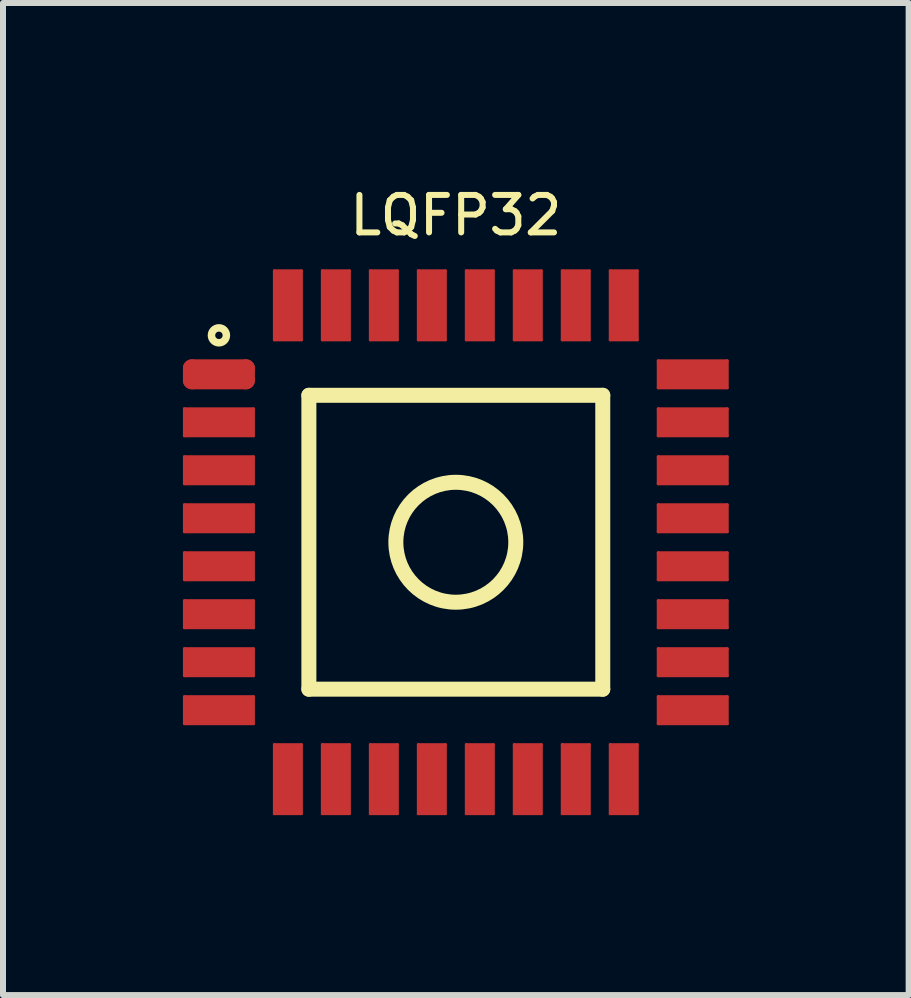
<source format=kicad_pcb>
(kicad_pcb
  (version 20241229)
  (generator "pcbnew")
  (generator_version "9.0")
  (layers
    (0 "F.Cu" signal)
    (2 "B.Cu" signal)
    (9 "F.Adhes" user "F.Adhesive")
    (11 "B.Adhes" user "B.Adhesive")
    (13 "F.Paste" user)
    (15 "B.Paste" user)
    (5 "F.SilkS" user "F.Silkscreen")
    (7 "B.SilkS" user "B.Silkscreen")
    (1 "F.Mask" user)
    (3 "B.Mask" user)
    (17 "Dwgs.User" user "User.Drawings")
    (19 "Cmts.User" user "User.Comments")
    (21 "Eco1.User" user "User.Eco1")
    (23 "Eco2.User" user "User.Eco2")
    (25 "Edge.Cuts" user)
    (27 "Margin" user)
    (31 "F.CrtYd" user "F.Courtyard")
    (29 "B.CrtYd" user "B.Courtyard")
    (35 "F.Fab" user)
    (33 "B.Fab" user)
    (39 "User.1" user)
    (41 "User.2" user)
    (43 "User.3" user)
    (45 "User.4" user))
  (footprint "LQFP32"
    (layer "F.Cu")
    (at 4.55 5.991)
    (property "Reference" "LQFP32" (at 0 -5.45 0) (layer "F.SilkS") (effects (font (size 0.625 0.625) (thickness 0.1))))
    (attr through_hole)
    (fp_line (start -4.525 -2.225) (end -3.375 -2.225) (stroke (width 0.05) (type solid)) (layer "F.Cu"))
    (fp_line (start -4.525 -1.775) (end -4.525 -2.225) (stroke (width 0.05) (type solid)) (layer "F.Cu"))
    (fp_line (start -4.525 -1.425) (end -3.375 -1.425) (stroke (width 0.05) (type solid)) (layer "F.Cu"))
    (fp_line (start -4.525 -0.975) (end -4.525 -1.425) (stroke (width 0.05) (type solid)) (layer "F.Cu"))
    (fp_line (start -4.525 -0.625) (end -3.375 -0.625) (stroke (width 0.05) (type solid)) (layer "F.Cu"))
    (fp_line (start -4.525 -0.175) (end -4.525 -0.625) (stroke (width 0.05) (type solid)) (layer "F.Cu"))
    (fp_line (start -4.525 0.175) (end -3.375 0.175) (stroke (width 0.05) (type solid)) (layer "F.Cu"))
    (fp_line (start -4.525 0.625) (end -4.525 0.175) (stroke (width 0.05) (type solid)) (layer "F.Cu"))
    (fp_line (start -4.525 0.975) (end -3.375 0.975) (stroke (width 0.05) (type solid)) (layer "F.Cu"))
    (fp_line (start -4.525 1.425) (end -4.525 0.975) (stroke (width 0.05) (type solid)) (layer "F.Cu"))
    (fp_line (start -4.525 1.775) (end -3.375 1.775) (stroke (width 0.05) (type solid)) (layer "F.Cu"))
    (fp_line (start -4.525 2.225) (end -4.525 1.775) (stroke (width 0.05) (type solid)) (layer "F.Cu"))
    (fp_line (start -4.525 2.575) (end -3.375 2.575) (stroke (width 0.05) (type solid)) (layer "F.Cu"))
    (fp_line (start -4.525 3.025) (end -4.525 2.575) (stroke (width 0.05) (type solid)) (layer "F.Cu"))
    (fp_line (start -4.4 -2.9) (end -3.5 -2.9) (stroke (width 0.3) (type solid)) (layer "F.Cu"))
    (fp_line (start -4.4 -2.7) (end -4.4 -2.9) (stroke (width 0.3) (type solid)) (layer "F.Cu"))
    (fp_line (start -3.5 -2.9) (end -3.5 -2.7) (stroke (width 0.3) (type solid)) (layer "F.Cu"))
    (fp_line (start -3.5 -2.7) (end -4.4 -2.7) (stroke (width 0.3) (type solid)) (layer "F.Cu"))
    (fp_line (start -3.375 -2.225) (end -3.375 -1.775) (stroke (width 0.05) (type solid)) (layer "F.Cu"))
    (fp_line (start -3.375 -1.775) (end -4.525 -1.775) (stroke (width 0.05) (type solid)) (layer "F.Cu"))
    (fp_line (start -3.375 -1.425) (end -3.375 -0.975) (stroke (width 0.05) (type solid)) (layer "F.Cu"))
    (fp_line (start -3.375 -0.975) (end -4.525 -0.975) (stroke (width 0.05) (type solid)) (layer "F.Cu"))
    (fp_line (start -3.375 -0.625) (end -3.375 -0.175) (stroke (width 0.05) (type solid)) (layer "F.Cu"))
    (fp_line (start -3.375 -0.175) (end -4.525 -0.175) (stroke (width 0.05) (type solid)) (layer "F.Cu"))
    (fp_line (start -3.375 0.175) (end -3.375 0.625) (stroke (width 0.05) (type solid)) (layer "F.Cu"))
    (fp_line (start -3.375 0.625) (end -4.525 0.625) (stroke (width 0.05) (type solid)) (layer "F.Cu"))
    (fp_line (start -3.375 0.975) (end -3.375 1.425) (stroke (width 0.05) (type solid)) (layer "F.Cu"))
    (fp_line (start -3.375 1.425) (end -4.525 1.425) (stroke (width 0.05) (type solid)) (layer "F.Cu"))
    (fp_line (start -3.375 1.775) (end -3.375 2.225) (stroke (width 0.05) (type solid)) (layer "F.Cu"))
    (fp_line (start -3.375 2.225) (end -4.525 2.225) (stroke (width 0.05) (type solid)) (layer "F.Cu"))
    (fp_line (start -3.375 2.575) (end -3.375 3.025) (stroke (width 0.05) (type solid)) (layer "F.Cu"))
    (fp_line (start -3.375 3.025) (end -4.525 3.025) (stroke (width 0.05) (type solid)) (layer "F.Cu"))
    (fp_line (start -3.025 -4.525) (end -3.025 -3.375) (stroke (width 0.05) (type solid)) (layer "F.Cu"))
    (fp_line (start -3.025 -3.375) (end -2.575 -3.375) (stroke (width 0.05) (type solid)) (layer "F.Cu"))
    (fp_line (start -3.025 3.375) (end -3.025 4.525) (stroke (width 0.05) (type solid)) (layer "F.Cu"))
    (fp_line (start -3.025 4.525) (end -2.575 4.525) (stroke (width 0.05) (type solid)) (layer "F.Cu"))
    (fp_line (start -2.575 -4.525) (end -3.025 -4.525) (stroke (width 0.05) (type solid)) (layer "F.Cu"))
    (fp_line (start -2.575 -3.375) (end -2.575 -4.525) (stroke (width 0.05) (type solid)) (layer "F.Cu"))
    (fp_line (start -2.575 3.375) (end -3.025 3.375) (stroke (width 0.05) (type solid)) (layer "F.Cu"))
    (fp_line (start -2.575 4.525) (end -2.575 3.375) (stroke (width 0.05) (type solid)) (layer "F.Cu"))
    (fp_line (start -2.225 -4.525) (end -2.225 -3.375) (stroke (width 0.05) (type solid)) (layer "F.Cu"))
    (fp_line (start -2.225 -3.375) (end -1.775 -3.375) (stroke (width 0.05) (type solid)) (layer "F.Cu"))
    (fp_line (start -2.225 3.375) (end -2.225 4.525) (stroke (width 0.05) (type solid)) (layer "F.Cu"))
    (fp_line (start -2.225 4.525) (end -1.775 4.525) (stroke (width 0.05) (type solid)) (layer "F.Cu"))
    (fp_line (start -1.775 -4.525) (end -2.225 -4.525) (stroke (width 0.05) (type solid)) (layer "F.Cu"))
    (fp_line (start -1.775 -3.375) (end -1.775 -4.525) (stroke (width 0.05) (type solid)) (layer "F.Cu"))
    (fp_line (start -1.775 3.375) (end -2.225 3.375) (stroke (width 0.05) (type solid)) (layer "F.Cu"))
    (fp_line (start -1.775 4.525) (end -1.775 3.375) (stroke (width 0.05) (type solid)) (layer "F.Cu"))
    (fp_line (start -1.425 -4.525) (end -1.425 -3.375) (stroke (width 0.05) (type solid)) (layer "F.Cu"))
    (fp_line (start -1.425 -3.375) (end -0.975 -3.375) (stroke (width 0.05) (type solid)) (layer "F.Cu"))
    (fp_line (start -1.425 3.375) (end -1.425 4.525) (stroke (width 0.05) (type solid)) (layer "F.Cu"))
    (fp_line (start -1.425 4.525) (end -0.975 4.525) (stroke (width 0.05) (type solid)) (layer "F.Cu"))
    (fp_line (start -0.975 -4.525) (end -1.425 -4.525) (stroke (width 0.05) (type solid)) (layer "F.Cu"))
    (fp_line (start -0.975 -3.375) (end -0.975 -4.525) (stroke (width 0.05) (type solid)) (layer "F.Cu"))
    (fp_line (start -0.975 3.375) (end -1.425 3.375) (stroke (width 0.05) (type solid)) (layer "F.Cu"))
    (fp_line (start -0.975 4.525) (end -0.975 3.375) (stroke (width 0.05) (type solid)) (layer "F.Cu"))
    (fp_line (start -0.625 -4.525) (end -0.625 -3.375) (stroke (width 0.05) (type solid)) (layer "F.Cu"))
    (fp_line (start -0.625 -3.375) (end -0.175 -3.375) (stroke (width 0.05) (type solid)) (layer "F.Cu"))
    (fp_line (start -0.625 3.375) (end -0.625 4.525) (stroke (width 0.05) (type solid)) (layer "F.Cu"))
    (fp_line (start -0.625 4.525) (end -0.175 4.525) (stroke (width 0.05) (type solid)) (layer "F.Cu"))
    (fp_line (start -0.175 -4.525) (end -0.625 -4.525) (stroke (width 0.05) (type solid)) (layer "F.Cu"))
    (fp_line (start -0.175 -3.375) (end -0.175 -4.525) (stroke (width 0.05) (type solid)) (layer "F.Cu"))
    (fp_line (start -0.175 3.375) (end -0.625 3.375) (stroke (width 0.05) (type solid)) (layer "F.Cu"))
    (fp_line (start -0.175 4.525) (end -0.175 3.375) (stroke (width 0.05) (type solid)) (layer "F.Cu"))
    (fp_line (start 0.175 -4.525) (end 0.175 -3.375) (stroke (width 0.05) (type solid)) (layer "F.Cu"))
    (fp_line (start 0.175 -3.375) (end 0.625 -3.375) (stroke (width 0.05) (type solid)) (layer "F.Cu"))
    (fp_line (start 0.175 3.375) (end 0.175 4.525) (stroke (width 0.05) (type solid)) (layer "F.Cu"))
    (fp_line (start 0.175 4.525) (end 0.625 4.525) (stroke (width 0.05) (type solid)) (layer "F.Cu"))
    (fp_line (start 0.625 -4.525) (end 0.175 -4.525) (stroke (width 0.05) (type solid)) (layer "F.Cu"))
    (fp_line (start 0.625 -3.375) (end 0.625 -4.525) (stroke (width 0.05) (type solid)) (layer "F.Cu"))
    (fp_line (start 0.625 3.375) (end 0.175 3.375) (stroke (width 0.05) (type solid)) (layer "F.Cu"))
    (fp_line (start 0.625 4.525) (end 0.625 3.375) (stroke (width 0.05) (type solid)) (layer "F.Cu"))
    (fp_line (start 0.975 -4.525) (end 0.975 -3.375) (stroke (width 0.05) (type solid)) (layer "F.Cu"))
    (fp_line (start 0.975 -3.375) (end 1.425 -3.375) (stroke (width 0.05) (type solid)) (layer "F.Cu"))
    (fp_line (start 0.975 3.375) (end 0.975 4.525) (stroke (width 0.05) (type solid)) (layer "F.Cu"))
    (fp_line (start 0.975 4.525) (end 1.425 4.525) (stroke (width 0.05) (type solid)) (layer "F.Cu"))
    (fp_line (start 1.425 -4.525) (end 0.975 -4.525) (stroke (width 0.05) (type solid)) (layer "F.Cu"))
    (fp_line (start 1.425 -3.375) (end 1.425 -4.525) (stroke (width 0.05) (type solid)) (layer "F.Cu"))
    (fp_line (start 1.425 3.375) (end 0.975 3.375) (stroke (width 0.05) (type solid)) (layer "F.Cu"))
    (fp_line (start 1.425 4.525) (end 1.425 3.375) (stroke (width 0.05) (type solid)) (layer "F.Cu"))
    (fp_line (start 1.775 -4.525) (end 1.775 -3.375) (stroke (width 0.05) (type solid)) (layer "F.Cu"))
    (fp_line (start 1.775 -3.375) (end 2.225 -3.375) (stroke (width 0.05) (type solid)) (layer "F.Cu"))
    (fp_line (start 1.775 3.375) (end 1.775 4.525) (stroke (width 0.05) (type solid)) (layer "F.Cu"))
    (fp_line (start 1.775 4.525) (end 2.225 4.525) (stroke (width 0.05) (type solid)) (layer "F.Cu"))
    (fp_line (start 2.225 -4.525) (end 1.775 -4.525) (stroke (width 0.05) (type solid)) (layer "F.Cu"))
    (fp_line (start 2.225 -3.375) (end 2.225 -4.525) (stroke (width 0.05) (type solid)) (layer "F.Cu"))
    (fp_line (start 2.225 3.375) (end 1.775 3.375) (stroke (width 0.05) (type solid)) (layer "F.Cu"))
    (fp_line (start 2.225 4.525) (end 2.225 3.375) (stroke (width 0.05) (type solid)) (layer "F.Cu"))
    (fp_line (start 2.575 -4.525) (end 2.575 -3.375) (stroke (width 0.05) (type solid)) (layer "F.Cu"))
    (fp_line (start 2.575 -3.375) (end 3.025 -3.375) (stroke (width 0.05) (type solid)) (layer "F.Cu"))
    (fp_line (start 2.575 3.375) (end 2.575 4.525) (stroke (width 0.05) (type solid)) (layer "F.Cu"))
    (fp_line (start 2.575 4.525) (end 3.025 4.525) (stroke (width 0.05) (type solid)) (layer "F.Cu"))
    (fp_line (start 3.025 -4.525) (end 2.575 -4.525) (stroke (width 0.05) (type solid)) (layer "F.Cu"))
    (fp_line (start 3.025 -3.375) (end 3.025 -4.525) (stroke (width 0.05) (type solid)) (layer "F.Cu"))
    (fp_line (start 3.025 3.375) (end 2.575 3.375) (stroke (width 0.05) (type solid)) (layer "F.Cu"))
    (fp_line (start 3.025 4.525) (end 3.025 3.375) (stroke (width 0.05) (type solid)) (layer "F.Cu"))
    (fp_line (start 3.375 -3.025) (end 4.525 -3.025) (stroke (width 0.05) (type solid)) (layer "F.Cu"))
    (fp_line (start 3.375 -2.575) (end 3.375 -3.025) (stroke (width 0.05) (type solid)) (layer "F.Cu"))
    (fp_line (start 3.375 -2.225) (end 4.525 -2.225) (stroke (width 0.05) (type solid)) (layer "F.Cu"))
    (fp_line (start 3.375 -1.775) (end 3.375 -2.225) (stroke (width 0.05) (type solid)) (layer "F.Cu"))
    (fp_line (start 3.375 -1.425) (end 4.525 -1.425) (stroke (width 0.05) (type solid)) (layer "F.Cu"))
    (fp_line (start 3.375 -0.975) (end 3.375 -1.425) (stroke (width 0.05) (type solid)) (layer "F.Cu"))
    (fp_line (start 3.375 -0.625) (end 4.525 -0.625) (stroke (width 0.05) (type solid)) (layer "F.Cu"))
    (fp_line (start 3.375 -0.175) (end 3.375 -0.625) (stroke (width 0.05) (type solid)) (layer "F.Cu"))
    (fp_line (start 3.375 0.175) (end 4.525 0.175) (stroke (width 0.05) (type solid)) (layer "F.Cu"))
    (fp_line (start 3.375 0.625) (end 3.375 0.175) (stroke (width 0.05) (type solid)) (layer "F.Cu"))
    (fp_line (start 3.375 0.975) (end 4.525 0.975) (stroke (width 0.05) (type solid)) (layer "F.Cu"))
    (fp_line (start 3.375 1.425) (end 3.375 0.975) (stroke (width 0.05) (type solid)) (layer "F.Cu"))
    (fp_line (start 3.375 1.775) (end 4.525 1.775) (stroke (width 0.05) (type solid)) (layer "F.Cu"))
    (fp_line (start 3.375 2.225) (end 3.375 1.775) (stroke (width 0.05) (type solid)) (layer "F.Cu"))
    (fp_line (start 3.375 2.575) (end 4.525 2.575) (stroke (width 0.05) (type solid)) (layer "F.Cu"))
    (fp_line (start 3.375 3.025) (end 3.375 2.575) (stroke (width 0.05) (type solid)) (layer "F.Cu"))
    (fp_line (start 4.525 -3.025) (end 4.525 -2.575) (stroke (width 0.05) (type solid)) (layer "F.Cu"))
    (fp_line (start 4.525 -2.575) (end 3.375 -2.575) (stroke (width 0.05) (type solid)) (layer "F.Cu"))
    (fp_line (start 4.525 -2.225) (end 4.525 -1.775) (stroke (width 0.05) (type solid)) (layer "F.Cu"))
    (fp_line (start 4.525 -1.775) (end 3.375 -1.775) (stroke (width 0.05) (type solid)) (layer "F.Cu"))
    (fp_line (start 4.525 -1.425) (end 4.525 -0.975) (stroke (width 0.05) (type solid)) (layer "F.Cu"))
    (fp_line (start 4.525 -0.975) (end 3.375 -0.975) (stroke (width 0.05) (type solid)) (layer "F.Cu"))
    (fp_line (start 4.525 -0.625) (end 4.525 -0.175) (stroke (width 0.05) (type solid)) (layer "F.Cu"))
    (fp_line (start 4.525 -0.175) (end 3.375 -0.175) (stroke (width 0.05) (type solid)) (layer "F.Cu"))
    (fp_line (start 4.525 0.175) (end 4.525 0.625) (stroke (width 0.05) (type solid)) (layer "F.Cu"))
    (fp_line (start 4.525 0.625) (end 3.375 0.625) (stroke (width 0.05) (type solid)) (layer "F.Cu"))
    (fp_line (start 4.525 0.975) (end 4.525 1.425) (stroke (width 0.05) (type solid)) (layer "F.Cu"))
    (fp_line (start 4.525 1.425) (end 3.375 1.425) (stroke (width 0.05) (type solid)) (layer "F.Cu"))
    (fp_line (start 4.525 1.775) (end 4.525 2.225) (stroke (width 0.05) (type solid)) (layer "F.Cu"))
    (fp_line (start 4.525 2.225) (end 3.375 2.225) (stroke (width 0.05) (type solid)) (layer "F.Cu"))
    (fp_line (start 4.525 2.575) (end 4.525 3.025) (stroke (width 0.05) (type solid)) (layer "F.Cu"))
    (fp_line (start 4.525 3.025) (end 3.375 3.025) (stroke (width 0.05) (type solid)) (layer "F.Cu"))
    (fp_line (start -4.525 -2.225) (end -3.375 -2.225) (stroke (width 0.05) (type solid)) (layer "F.Mask"))
    (fp_line (start -4.525 -1.775) (end -4.525 -2.225) (stroke (width 0.05) (type solid)) (layer "F.Mask"))
    (fp_line (start -4.525 -1.425) (end -3.375 -1.425) (stroke (width 0.05) (type solid)) (layer "F.Mask"))
    (fp_line (start -4.525 -0.975) (end -4.525 -1.425) (stroke (width 0.05) (type solid)) (layer "F.Mask"))
    (fp_line (start -4.525 -0.625) (end -3.375 -0.625) (stroke (width 0.05) (type solid)) (layer "F.Mask"))
    (fp_line (start -4.525 -0.175) (end -4.525 -0.625) (stroke (width 0.05) (type solid)) (layer "F.Mask"))
    (fp_line (start -4.525 0.175) (end -3.375 0.175) (stroke (width 0.05) (type solid)) (layer "F.Mask"))
    (fp_line (start -4.525 0.625) (end -4.525 0.175) (stroke (width 0.05) (type solid)) (layer "F.Mask"))
    (fp_line (start -4.525 0.975) (end -3.375 0.975) (stroke (width 0.05) (type solid)) (layer "F.Mask"))
    (fp_line (start -4.525 1.425) (end -4.525 0.975) (stroke (width 0.05) (type solid)) (layer "F.Mask"))
    (fp_line (start -4.525 1.775) (end -3.375 1.775) (stroke (width 0.05) (type solid)) (layer "F.Mask"))
    (fp_line (start -4.525 2.225) (end -4.525 1.775) (stroke (width 0.05) (type solid)) (layer "F.Mask"))
    (fp_line (start -4.525 2.575) (end -3.375 2.575) (stroke (width 0.05) (type solid)) (layer "F.Mask"))
    (fp_line (start -4.525 3.025) (end -4.525 2.575) (stroke (width 0.05) (type solid)) (layer "F.Mask"))
    (fp_line (start -4.4 -2.9) (end -3.5 -2.9) (stroke (width 0.3) (type solid)) (layer "F.Mask"))
    (fp_line (start -4.4 -2.7) (end -4.4 -2.9) (stroke (width 0.3) (type solid)) (layer "F.Mask"))
    (fp_line (start -3.5 -2.9) (end -3.5 -2.7) (stroke (width 0.3) (type solid)) (layer "F.Mask"))
    (fp_line (start -3.5 -2.7) (end -4.4 -2.7) (stroke (width 0.3) (type solid)) (layer "F.Mask"))
    (fp_line (start -3.375 -2.225) (end -3.375 -1.775) (stroke (width 0.05) (type solid)) (layer "F.Mask"))
    (fp_line (start -3.375 -1.775) (end -4.525 -1.775) (stroke (width 0.05) (type solid)) (layer "F.Mask"))
    (fp_line (start -3.375 -1.425) (end -3.375 -0.975) (stroke (width 0.05) (type solid)) (layer "F.Mask"))
    (fp_line (start -3.375 -0.975) (end -4.525 -0.975) (stroke (width 0.05) (type solid)) (layer "F.Mask"))
    (fp_line (start -3.375 -0.625) (end -3.375 -0.175) (stroke (width 0.05) (type solid)) (layer "F.Mask"))
    (fp_line (start -3.375 -0.175) (end -4.525 -0.175) (stroke (width 0.05) (type solid)) (layer "F.Mask"))
    (fp_line (start -3.375 0.175) (end -3.375 0.625) (stroke (width 0.05) (type solid)) (layer "F.Mask"))
    (fp_line (start -3.375 0.625) (end -4.525 0.625) (stroke (width 0.05) (type solid)) (layer "F.Mask"))
    (fp_line (start -3.375 0.975) (end -3.375 1.425) (stroke (width 0.05) (type solid)) (layer "F.Mask"))
    (fp_line (start -3.375 1.425) (end -4.525 1.425) (stroke (width 0.05) (type solid)) (layer "F.Mask"))
    (fp_line (start -3.375 1.775) (end -3.375 2.225) (stroke (width 0.05) (type solid)) (layer "F.Mask"))
    (fp_line (start -3.375 2.225) (end -4.525 2.225) (stroke (width 0.05) (type solid)) (layer "F.Mask"))
    (fp_line (start -3.375 2.575) (end -3.375 3.025) (stroke (width 0.05) (type solid)) (layer "F.Mask"))
    (fp_line (start -3.375 3.025) (end -4.525 3.025) (stroke (width 0.05) (type solid)) (layer "F.Mask"))
    (fp_line (start -3.025 -4.525) (end -3.025 -3.375) (stroke (width 0.05) (type solid)) (layer "F.Mask"))
    (fp_line (start -3.025 -3.375) (end -2.575 -3.375) (stroke (width 0.05) (type solid)) (layer "F.Mask"))
    (fp_line (start -3.025 3.375) (end -3.025 4.525) (stroke (width 0.05) (type solid)) (layer "F.Mask"))
    (fp_line (start -3.025 4.525) (end -2.575 4.525) (stroke (width 0.05) (type solid)) (layer "F.Mask"))
    (fp_line (start -2.575 -4.525) (end -3.025 -4.525) (stroke (width 0.05) (type solid)) (layer "F.Mask"))
    (fp_line (start -2.575 -3.375) (end -2.575 -4.525) (stroke (width 0.05) (type solid)) (layer "F.Mask"))
    (fp_line (start -2.575 3.375) (end -3.025 3.375) (stroke (width 0.05) (type solid)) (layer "F.Mask"))
    (fp_line (start -2.575 4.525) (end -2.575 3.375) (stroke (width 0.05) (type solid)) (layer "F.Mask"))
    (fp_line (start -2.225 -4.525) (end -2.225 -3.375) (stroke (width 0.05) (type solid)) (layer "F.Mask"))
    (fp_line (start -2.225 -3.375) (end -1.775 -3.375) (stroke (width 0.05) (type solid)) (layer "F.Mask"))
    (fp_line (start -2.225 3.375) (end -2.225 4.525) (stroke (width 0.05) (type solid)) (layer "F.Mask"))
    (fp_line (start -2.225 4.525) (end -1.775 4.525) (stroke (width 0.05) (type solid)) (layer "F.Mask"))
    (fp_line (start -1.775 -4.525) (end -2.225 -4.525) (stroke (width 0.05) (type solid)) (layer "F.Mask"))
    (fp_line (start -1.775 -3.375) (end -1.775 -4.525) (stroke (width 0.05) (type solid)) (layer "F.Mask"))
    (fp_line (start -1.775 3.375) (end -2.225 3.375) (stroke (width 0.05) (type solid)) (layer "F.Mask"))
    (fp_line (start -1.775 4.525) (end -1.775 3.375) (stroke (width 0.05) (type solid)) (layer "F.Mask"))
    (fp_line (start -1.425 -4.525) (end -1.425 -3.375) (stroke (width 0.05) (type solid)) (layer "F.Mask"))
    (fp_line (start -1.425 -3.375) (end -0.975 -3.375) (stroke (width 0.05) (type solid)) (layer "F.Mask"))
    (fp_line (start -1.425 3.375) (end -1.425 4.525) (stroke (width 0.05) (type solid)) (layer "F.Mask"))
    (fp_line (start -1.425 4.525) (end -0.975 4.525) (stroke (width 0.05) (type solid)) (layer "F.Mask"))
    (fp_line (start -0.975 -4.525) (end -1.425 -4.525) (stroke (width 0.05) (type solid)) (layer "F.Mask"))
    (fp_line (start -0.975 -3.375) (end -0.975 -4.525) (stroke (width 0.05) (type solid)) (layer "F.Mask"))
    (fp_line (start -0.975 3.375) (end -1.425 3.375) (stroke (width 0.05) (type solid)) (layer "F.Mask"))
    (fp_line (start -0.975 4.525) (end -0.975 3.375) (stroke (width 0.05) (type solid)) (layer "F.Mask"))
    (fp_line (start -0.625 -4.525) (end -0.625 -3.375) (stroke (width 0.05) (type solid)) (layer "F.Mask"))
    (fp_line (start -0.625 -3.375) (end -0.175 -3.375) (stroke (width 0.05) (type solid)) (layer "F.Mask"))
    (fp_line (start -0.625 3.375) (end -0.625 4.525) (stroke (width 0.05) (type solid)) (layer "F.Mask"))
    (fp_line (start -0.625 4.525) (end -0.175 4.525) (stroke (width 0.05) (type solid)) (layer "F.Mask"))
    (fp_line (start -0.175 -4.525) (end -0.625 -4.525) (stroke (width 0.05) (type solid)) (layer "F.Mask"))
    (fp_line (start -0.175 -3.375) (end -0.175 -4.525) (stroke (width 0.05) (type solid)) (layer "F.Mask"))
    (fp_line (start -0.175 3.375) (end -0.625 3.375) (stroke (width 0.05) (type solid)) (layer "F.Mask"))
    (fp_line (start -0.175 4.525) (end -0.175 3.375) (stroke (width 0.05) (type solid)) (layer "F.Mask"))
    (fp_line (start 0.175 -4.525) (end 0.175 -3.375) (stroke (width 0.05) (type solid)) (layer "F.Mask"))
    (fp_line (start 0.175 -3.375) (end 0.625 -3.375) (stroke (width 0.05) (type solid)) (layer "F.Mask"))
    (fp_line (start 0.175 3.375) (end 0.175 4.525) (stroke (width 0.05) (type solid)) (layer "F.Mask"))
    (fp_line (start 0.175 4.525) (end 0.625 4.525) (stroke (width 0.05) (type solid)) (layer "F.Mask"))
    (fp_line (start 0.625 -4.525) (end 0.175 -4.525) (stroke (width 0.05) (type solid)) (layer "F.Mask"))
    (fp_line (start 0.625 -3.375) (end 0.625 -4.525) (stroke (width 0.05) (type solid)) (layer "F.Mask"))
    (fp_line (start 0.625 3.375) (end 0.175 3.375) (stroke (width 0.05) (type solid)) (layer "F.Mask"))
    (fp_line (start 0.625 4.525) (end 0.625 3.375) (stroke (width 0.05) (type solid)) (layer "F.Mask"))
    (fp_line (start 0.975 -4.525) (end 0.975 -3.375) (stroke (width 0.05) (type solid)) (layer "F.Mask"))
    (fp_line (start 0.975 -3.375) (end 1.425 -3.375) (stroke (width 0.05) (type solid)) (layer "F.Mask"))
    (fp_line (start 0.975 3.375) (end 0.975 4.525) (stroke (width 0.05) (type solid)) (layer "F.Mask"))
    (fp_line (start 0.975 4.525) (end 1.425 4.525) (stroke (width 0.05) (type solid)) (layer "F.Mask"))
    (fp_line (start 1.425 -4.525) (end 0.975 -4.525) (stroke (width 0.05) (type solid)) (layer "F.Mask"))
    (fp_line (start 1.425 -3.375) (end 1.425 -4.525) (stroke (width 0.05) (type solid)) (layer "F.Mask"))
    (fp_line (start 1.425 3.375) (end 0.975 3.375) (stroke (width 0.05) (type solid)) (layer "F.Mask"))
    (fp_line (start 1.425 4.525) (end 1.425 3.375) (stroke (width 0.05) (type solid)) (layer "F.Mask"))
    (fp_line (start 1.775 -4.525) (end 1.775 -3.375) (stroke (width 0.05) (type solid)) (layer "F.Mask"))
    (fp_line (start 1.775 -3.375) (end 2.225 -3.375) (stroke (width 0.05) (type solid)) (layer "F.Mask"))
    (fp_line (start 1.775 3.375) (end 1.775 4.525) (stroke (width 0.05) (type solid)) (layer "F.Mask"))
    (fp_line (start 1.775 4.525) (end 2.225 4.525) (stroke (width 0.05) (type solid)) (layer "F.Mask"))
    (fp_line (start 2.225 -4.525) (end 1.775 -4.525) (stroke (width 0.05) (type solid)) (layer "F.Mask"))
    (fp_line (start 2.225 -3.375) (end 2.225 -4.525) (stroke (width 0.05) (type solid)) (layer "F.Mask"))
    (fp_line (start 2.225 3.375) (end 1.775 3.375) (stroke (width 0.05) (type solid)) (layer "F.Mask"))
    (fp_line (start 2.225 4.525) (end 2.225 3.375) (stroke (width 0.05) (type solid)) (layer "F.Mask"))
    (fp_line (start 2.575 -4.525) (end 2.575 -3.375) (stroke (width 0.05) (type solid)) (layer "F.Mask"))
    (fp_line (start 2.575 -3.375) (end 3.025 -3.375) (stroke (width 0.05) (type solid)) (layer "F.Mask"))
    (fp_line (start 2.575 3.375) (end 2.575 4.525) (stroke (width 0.05) (type solid)) (layer "F.Mask"))
    (fp_line (start 2.575 4.525) (end 3.025 4.525) (stroke (width 0.05) (type solid)) (layer "F.Mask"))
    (fp_line (start 3.025 -4.525) (end 2.575 -4.525) (stroke (width 0.05) (type solid)) (layer "F.Mask"))
    (fp_line (start 3.025 -3.375) (end 3.025 -4.525) (stroke (width 0.05) (type solid)) (layer "F.Mask"))
    (fp_line (start 3.025 3.375) (end 2.575 3.375) (stroke (width 0.05) (type solid)) (layer "F.Mask"))
    (fp_line (start 3.025 4.525) (end 3.025 3.375) (stroke (width 0.05) (type solid)) (layer "F.Mask"))
    (fp_line (start 3.375 -3.025) (end 4.525 -3.025) (stroke (width 0.05) (type solid)) (layer "F.Mask"))
    (fp_line (start 3.375 -2.575) (end 3.375 -3.025) (stroke (width 0.05) (type solid)) (layer "F.Mask"))
    (fp_line (start 3.375 -2.225) (end 4.525 -2.225) (stroke (width 0.05) (type solid)) (layer "F.Mask"))
    (fp_line (start 3.375 -1.775) (end 3.375 -2.225) (stroke (width 0.05) (type solid)) (layer "F.Mask"))
    (fp_line (start 3.375 -1.425) (end 4.525 -1.425) (stroke (width 0.05) (type solid)) (layer "F.Mask"))
    (fp_line (start 3.375 -0.975) (end 3.375 -1.425) (stroke (width 0.05) (type solid)) (layer "F.Mask"))
    (fp_line (start 3.375 -0.625) (end 4.525 -0.625) (stroke (width 0.05) (type solid)) (layer "F.Mask"))
    (fp_line (start 3.375 -0.175) (end 3.375 -0.625) (stroke (width 0.05) (type solid)) (layer "F.Mask"))
    (fp_line (start 3.375 0.175) (end 4.525 0.175) (stroke (width 0.05) (type solid)) (layer "F.Mask"))
    (fp_line (start 3.375 0.625) (end 3.375 0.175) (stroke (width 0.05) (type solid)) (layer "F.Mask"))
    (fp_line (start 3.375 0.975) (end 4.525 0.975) (stroke (width 0.05) (type solid)) (layer "F.Mask"))
    (fp_line (start 3.375 1.425) (end 3.375 0.975) (stroke (width 0.05) (type solid)) (layer "F.Mask"))
    (fp_line (start 3.375 1.775) (end 4.525 1.775) (stroke (width 0.05) (type solid)) (layer "F.Mask"))
    (fp_line (start 3.375 2.225) (end 3.375 1.775) (stroke (width 0.05) (type solid)) (layer "F.Mask"))
    (fp_line (start 3.375 2.575) (end 4.525 2.575) (stroke (width 0.05) (type solid)) (layer "F.Mask"))
    (fp_line (start 3.375 3.025) (end 3.375 2.575) (stroke (width 0.05) (type solid)) (layer "F.Mask"))
    (fp_line (start 4.525 -3.025) (end 4.525 -2.575) (stroke (width 0.05) (type solid)) (layer "F.Mask"))
    (fp_line (start 4.525 -2.575) (end 3.375 -2.575) (stroke (width 0.05) (type solid)) (layer "F.Mask"))
    (fp_line (start 4.525 -2.225) (end 4.525 -1.775) (stroke (width 0.05) (type solid)) (layer "F.Mask"))
    (fp_line (start 4.525 -1.775) (end 3.375 -1.775) (stroke (width 0.05) (type solid)) (layer "F.Mask"))
    (fp_line (start 4.525 -1.425) (end 4.525 -0.975) (stroke (width 0.05) (type solid)) (layer "F.Mask"))
    (fp_line (start 4.525 -0.975) (end 3.375 -0.975) (stroke (width 0.05) (type solid)) (layer "F.Mask"))
    (fp_line (start 4.525 -0.625) (end 4.525 -0.175) (stroke (width 0.05) (type solid)) (layer "F.Mask"))
    (fp_line (start 4.525 -0.175) (end 3.375 -0.175) (stroke (width 0.05) (type solid)) (layer "F.Mask"))
    (fp_line (start 4.525 0.175) (end 4.525 0.625) (stroke (width 0.05) (type solid)) (layer "F.Mask"))
    (fp_line (start 4.525 0.625) (end 3.375 0.625) (stroke (width 0.05) (type solid)) (layer "F.Mask"))
    (fp_line (start 4.525 0.975) (end 4.525 1.425) (stroke (width 0.05) (type solid)) (layer "F.Mask"))
    (fp_line (start 4.525 1.425) (end 3.375 1.425) (stroke (width 0.05) (type solid)) (layer "F.Mask"))
    (fp_line (start 4.525 1.775) (end 4.525 2.225) (stroke (width 0.05) (type solid)) (layer "F.Mask"))
    (fp_line (start 4.525 2.225) (end 3.375 2.225) (stroke (width 0.05) (type solid)) (layer "F.Mask"))
    (fp_line (start 4.525 2.575) (end 4.525 3.025) (stroke (width 0.05) (type solid)) (layer "F.Mask"))
    (fp_line (start 4.525 3.025) (end 3.375 3.025) (stroke (width 0.05) (type solid)) (layer "F.Mask"))
    (fp_line (start -2.45 -2.45) (end 2.45 -2.45) (stroke (width 0.25) (type solid)) (layer "F.SilkS"))
    (fp_line (start -2.45 2.45) (end -2.45 -2.45) (stroke (width 0.25) (type solid)) (layer "F.SilkS"))
    (fp_line (start 2.45 -2.45) (end 2.45 2.45) (stroke (width 0.25) (type solid)) (layer "F.SilkS"))
    (fp_line (start 2.45 2.45) (end -2.45 2.45) (stroke (width 0.25) (type solid)) (layer "F.SilkS"))
    (fp_circle (center -3.95 -3.45) (end -3.862 -3.362) (stroke (width 0.125) (type solid)) (fill no) (layer "F.SilkS"))
    (fp_circle (center 0 0) (end 0.707 0.707) (stroke (width 0.25) (type solid)) (fill no) (layer "F.SilkS"))
    (fp_line (start -4.525 -2.225) (end -3.375 -2.225) (stroke (width 0.05) (type solid)) (layer "F.Paste"))
    (fp_line (start -4.525 -1.775) (end -4.525 -2.225) (stroke (width 0.05) (type solid)) (layer "F.Paste"))
    (fp_line (start -4.525 -1.425) (end -3.375 -1.425) (stroke (width 0.05) (type solid)) (layer "F.Paste"))
    (fp_line (start -4.525 -0.975) (end -4.525 -1.425) (stroke (width 0.05) (type solid)) (layer "F.Paste"))
    (fp_line (start -4.525 -0.625) (end -3.375 -0.625) (stroke (width 0.05) (type solid)) (layer "F.Paste"))
    (fp_line (start -4.525 -0.175) (end -4.525 -0.625) (stroke (width 0.05) (type solid)) (layer "F.Paste"))
    (fp_line (start -4.525 0.175) (end -3.375 0.175) (stroke (width 0.05) (type solid)) (layer "F.Paste"))
    (fp_line (start -4.525 0.625) (end -4.525 0.175) (stroke (width 0.05) (type solid)) (layer "F.Paste"))
    (fp_line (start -4.525 0.975) (end -3.375 0.975) (stroke (width 0.05) (type solid)) (layer "F.Paste"))
    (fp_line (start -4.525 1.425) (end -4.525 0.975) (stroke (width 0.05) (type solid)) (layer "F.Paste"))
    (fp_line (start -4.525 1.775) (end -3.375 1.775) (stroke (width 0.05) (type solid)) (layer "F.Paste"))
    (fp_line (start -4.525 2.225) (end -4.525 1.775) (stroke (width 0.05) (type solid)) (layer "F.Paste"))
    (fp_line (start -4.525 2.575) (end -3.375 2.575) (stroke (width 0.05) (type solid)) (layer "F.Paste"))
    (fp_line (start -4.525 3.025) (end -4.525 2.575) (stroke (width 0.05) (type solid)) (layer "F.Paste"))
    (fp_line (start -4.4 -2.9) (end -3.5 -2.9) (stroke (width 0.3) (type solid)) (layer "F.Paste"))
    (fp_line (start -4.4 -2.7) (end -4.4 -2.9) (stroke (width 0.3) (type solid)) (layer "F.Paste"))
    (fp_line (start -3.5 -2.9) (end -3.5 -2.7) (stroke (width 0.3) (type solid)) (layer "F.Paste"))
    (fp_line (start -3.5 -2.7) (end -4.4 -2.7) (stroke (width 0.3) (type solid)) (layer "F.Paste"))
    (fp_line (start -3.375 -2.225) (end -3.375 -1.775) (stroke (width 0.05) (type solid)) (layer "F.Paste"))
    (fp_line (start -3.375 -1.775) (end -4.525 -1.775) (stroke (width 0.05) (type solid)) (layer "F.Paste"))
    (fp_line (start -3.375 -1.425) (end -3.375 -0.975) (stroke (width 0.05) (type solid)) (layer "F.Paste"))
    (fp_line (start -3.375 -0.975) (end -4.525 -0.975) (stroke (width 0.05) (type solid)) (layer "F.Paste"))
    (fp_line (start -3.375 -0.625) (end -3.375 -0.175) (stroke (width 0.05) (type solid)) (layer "F.Paste"))
    (fp_line (start -3.375 -0.175) (end -4.525 -0.175) (stroke (width 0.05) (type solid)) (layer "F.Paste"))
    (fp_line (start -3.375 0.175) (end -3.375 0.625) (stroke (width 0.05) (type solid)) (layer "F.Paste"))
    (fp_line (start -3.375 0.625) (end -4.525 0.625) (stroke (width 0.05) (type solid)) (layer "F.Paste"))
    (fp_line (start -3.375 0.975) (end -3.375 1.425) (stroke (width 0.05) (type solid)) (layer "F.Paste"))
    (fp_line (start -3.375 1.425) (end -4.525 1.425) (stroke (width 0.05) (type solid)) (layer "F.Paste"))
    (fp_line (start -3.375 1.775) (end -3.375 2.225) (stroke (width 0.05) (type solid)) (layer "F.Paste"))
    (fp_line (start -3.375 2.225) (end -4.525 2.225) (stroke (width 0.05) (type solid)) (layer "F.Paste"))
    (fp_line (start -3.375 2.575) (end -3.375 3.025) (stroke (width 0.05) (type solid)) (layer "F.Paste"))
    (fp_line (start -3.375 3.025) (end -4.525 3.025) (stroke (width 0.05) (type solid)) (layer "F.Paste"))
    (fp_line (start -3.025 -4.525) (end -3.025 -3.375) (stroke (width 0.05) (type solid)) (layer "F.Paste"))
    (fp_line (start -3.025 -3.375) (end -2.575 -3.375) (stroke (width 0.05) (type solid)) (layer "F.Paste"))
    (fp_line (start -3.025 3.375) (end -3.025 4.525) (stroke (width 0.05) (type solid)) (layer "F.Paste"))
    (fp_line (start -3.025 4.525) (end -2.575 4.525) (stroke (width 0.05) (type solid)) (layer "F.Paste"))
    (fp_line (start -2.575 -4.525) (end -3.025 -4.525) (stroke (width 0.05) (type solid)) (layer "F.Paste"))
    (fp_line (start -2.575 -3.375) (end -2.575 -4.525) (stroke (width 0.05) (type solid)) (layer "F.Paste"))
    (fp_line (start -2.575 3.375) (end -3.025 3.375) (stroke (width 0.05) (type solid)) (layer "F.Paste"))
    (fp_line (start -2.575 4.525) (end -2.575 3.375) (stroke (width 0.05) (type solid)) (layer "F.Paste"))
    (fp_line (start -2.225 -4.525) (end -2.225 -3.375) (stroke (width 0.05) (type solid)) (layer "F.Paste"))
    (fp_line (start -2.225 -3.375) (end -1.775 -3.375) (stroke (width 0.05) (type solid)) (layer "F.Paste"))
    (fp_line (start -2.225 3.375) (end -2.225 4.525) (stroke (width 0.05) (type solid)) (layer "F.Paste"))
    (fp_line (start -2.225 4.525) (end -1.775 4.525) (stroke (width 0.05) (type solid)) (layer "F.Paste"))
    (fp_line (start -1.775 -4.525) (end -2.225 -4.525) (stroke (width 0.05) (type solid)) (layer "F.Paste"))
    (fp_line (start -1.775 -3.375) (end -1.775 -4.525) (stroke (width 0.05) (type solid)) (layer "F.Paste"))
    (fp_line (start -1.775 3.375) (end -2.225 3.375) (stroke (width 0.05) (type solid)) (layer "F.Paste"))
    (fp_line (start -1.775 4.525) (end -1.775 3.375) (stroke (width 0.05) (type solid)) (layer "F.Paste"))
    (fp_line (start -1.425 -4.525) (end -1.425 -3.375) (stroke (width 0.05) (type solid)) (layer "F.Paste"))
    (fp_line (start -1.425 -3.375) (end -0.975 -3.375) (stroke (width 0.05) (type solid)) (layer "F.Paste"))
    (fp_line (start -1.425 3.375) (end -1.425 4.525) (stroke (width 0.05) (type solid)) (layer "F.Paste"))
    (fp_line (start -1.425 4.525) (end -0.975 4.525) (stroke (width 0.05) (type solid)) (layer "F.Paste"))
    (fp_line (start -0.975 -4.525) (end -1.425 -4.525) (stroke (width 0.05) (type solid)) (layer "F.Paste"))
    (fp_line (start -0.975 -3.375) (end -0.975 -4.525) (stroke (width 0.05) (type solid)) (layer "F.Paste"))
    (fp_line (start -0.975 3.375) (end -1.425 3.375) (stroke (width 0.05) (type solid)) (layer "F.Paste"))
    (fp_line (start -0.975 4.525) (end -0.975 3.375) (stroke (width 0.05) (type solid)) (layer "F.Paste"))
    (fp_line (start -0.625 -4.525) (end -0.625 -3.375) (stroke (width 0.05) (type solid)) (layer "F.Paste"))
    (fp_line (start -0.625 -3.375) (end -0.175 -3.375) (stroke (width 0.05) (type solid)) (layer "F.Paste"))
    (fp_line (start -0.625 3.375) (end -0.625 4.525) (stroke (width 0.05) (type solid)) (layer "F.Paste"))
    (fp_line (start -0.625 4.525) (end -0.175 4.525) (stroke (width 0.05) (type solid)) (layer "F.Paste"))
    (fp_line (start -0.175 -4.525) (end -0.625 -4.525) (stroke (width 0.05) (type solid)) (layer "F.Paste"))
    (fp_line (start -0.175 -3.375) (end -0.175 -4.525) (stroke (width 0.05) (type solid)) (layer "F.Paste"))
    (fp_line (start -0.175 3.375) (end -0.625 3.375) (stroke (width 0.05) (type solid)) (layer "F.Paste"))
    (fp_line (start -0.175 4.525) (end -0.175 3.375) (stroke (width 0.05) (type solid)) (layer "F.Paste"))
    (fp_line (start 0.175 -4.525) (end 0.175 -3.375) (stroke (width 0.05) (type solid)) (layer "F.Paste"))
    (fp_line (start 0.175 -3.375) (end 0.625 -3.375) (stroke (width 0.05) (type solid)) (layer "F.Paste"))
    (fp_line (start 0.175 3.375) (end 0.175 4.525) (stroke (width 0.05) (type solid)) (layer "F.Paste"))
    (fp_line (start 0.175 4.525) (end 0.625 4.525) (stroke (width 0.05) (type solid)) (layer "F.Paste"))
    (fp_line (start 0.625 -4.525) (end 0.175 -4.525) (stroke (width 0.05) (type solid)) (layer "F.Paste"))
    (fp_line (start 0.625 -3.375) (end 0.625 -4.525) (stroke (width 0.05) (type solid)) (layer "F.Paste"))
    (fp_line (start 0.625 3.375) (end 0.175 3.375) (stroke (width 0.05) (type solid)) (layer "F.Paste"))
    (fp_line (start 0.625 4.525) (end 0.625 3.375) (stroke (width 0.05) (type solid)) (layer "F.Paste"))
    (fp_line (start 0.975 -4.525) (end 0.975 -3.375) (stroke (width 0.05) (type solid)) (layer "F.Paste"))
    (fp_line (start 0.975 -3.375) (end 1.425 -3.375) (stroke (width 0.05) (type solid)) (layer "F.Paste"))
    (fp_line (start 0.975 3.375) (end 0.975 4.525) (stroke (width 0.05) (type solid)) (layer "F.Paste"))
    (fp_line (start 0.975 4.525) (end 1.425 4.525) (stroke (width 0.05) (type solid)) (layer "F.Paste"))
    (fp_line (start 1.425 -4.525) (end 0.975 -4.525) (stroke (width 0.05) (type solid)) (layer "F.Paste"))
    (fp_line (start 1.425 -3.375) (end 1.425 -4.525) (stroke (width 0.05) (type solid)) (layer "F.Paste"))
    (fp_line (start 1.425 3.375) (end 0.975 3.375) (stroke (width 0.05) (type solid)) (layer "F.Paste"))
    (fp_line (start 1.425 4.525) (end 1.425 3.375) (stroke (width 0.05) (type solid)) (layer "F.Paste"))
    (fp_line (start 1.775 -4.525) (end 1.775 -3.375) (stroke (width 0.05) (type solid)) (layer "F.Paste"))
    (fp_line (start 1.775 -3.375) (end 2.225 -3.375) (stroke (width 0.05) (type solid)) (layer "F.Paste"))
    (fp_line (start 1.775 3.375) (end 1.775 4.525) (stroke (width 0.05) (type solid)) (layer "F.Paste"))
    (fp_line (start 1.775 4.525) (end 2.225 4.525) (stroke (width 0.05) (type solid)) (layer "F.Paste"))
    (fp_line (start 2.225 -4.525) (end 1.775 -4.525) (stroke (width 0.05) (type solid)) (layer "F.Paste"))
    (fp_line (start 2.225 -3.375) (end 2.225 -4.525) (stroke (width 0.05) (type solid)) (layer "F.Paste"))
    (fp_line (start 2.225 3.375) (end 1.775 3.375) (stroke (width 0.05) (type solid)) (layer "F.Paste"))
    (fp_line (start 2.225 4.525) (end 2.225 3.375) (stroke (width 0.05) (type solid)) (layer "F.Paste"))
    (fp_line (start 2.575 -4.525) (end 2.575 -3.375) (stroke (width 0.05) (type solid)) (layer "F.Paste"))
    (fp_line (start 2.575 -3.375) (end 3.025 -3.375) (stroke (width 0.05) (type solid)) (layer "F.Paste"))
    (fp_line (start 2.575 3.375) (end 2.575 4.525) (stroke (width 0.05) (type solid)) (layer "F.Paste"))
    (fp_line (start 2.575 4.525) (end 3.025 4.525) (stroke (width 0.05) (type solid)) (layer "F.Paste"))
    (fp_line (start 3.025 -4.525) (end 2.575 -4.525) (stroke (width 0.05) (type solid)) (layer "F.Paste"))
    (fp_line (start 3.025 -3.375) (end 3.025 -4.525) (stroke (width 0.05) (type solid)) (layer "F.Paste"))
    (fp_line (start 3.025 3.375) (end 2.575 3.375) (stroke (width 0.05) (type solid)) (layer "F.Paste"))
    (fp_line (start 3.025 4.525) (end 3.025 3.375) (stroke (width 0.05) (type solid)) (layer "F.Paste"))
    (fp_line (start 3.375 -3.025) (end 4.525 -3.025) (stroke (width 0.05) (type solid)) (layer "F.Paste"))
    (fp_line (start 3.375 -2.575) (end 3.375 -3.025) (stroke (width 0.05) (type solid)) (layer "F.Paste"))
    (fp_line (start 3.375 -2.225) (end 4.525 -2.225) (stroke (width 0.05) (type solid)) (layer "F.Paste"))
    (fp_line (start 3.375 -1.775) (end 3.375 -2.225) (stroke (width 0.05) (type solid)) (layer "F.Paste"))
    (fp_line (start 3.375 -1.425) (end 4.525 -1.425) (stroke (width 0.05) (type solid)) (layer "F.Paste"))
    (fp_line (start 3.375 -0.975) (end 3.375 -1.425) (stroke (width 0.05) (type solid)) (layer "F.Paste"))
    (fp_line (start 3.375 -0.625) (end 4.525 -0.625) (stroke (width 0.05) (type solid)) (layer "F.Paste"))
    (fp_line (start 3.375 -0.175) (end 3.375 -0.625) (stroke (width 0.05) (type solid)) (layer "F.Paste"))
    (fp_line (start 3.375 0.175) (end 4.525 0.175) (stroke (width 0.05) (type solid)) (layer "F.Paste"))
    (fp_line (start 3.375 0.625) (end 3.375 0.175) (stroke (width 0.05) (type solid)) (layer "F.Paste"))
    (fp_line (start 3.375 0.975) (end 4.525 0.975) (stroke (width 0.05) (type solid)) (layer "F.Paste"))
    (fp_line (start 3.375 1.425) (end 3.375 0.975) (stroke (width 0.05) (type solid)) (layer "F.Paste"))
    (fp_line (start 3.375 1.775) (end 4.525 1.775) (stroke (width 0.05) (type solid)) (layer "F.Paste"))
    (fp_line (start 3.375 2.225) (end 3.375 1.775) (stroke (width 0.05) (type solid)) (layer "F.Paste"))
    (fp_line (start 3.375 2.575) (end 4.525 2.575) (stroke (width 0.05) (type solid)) (layer "F.Paste"))
    (fp_line (start 3.375 3.025) (end 3.375 2.575) (stroke (width 0.05) (type solid)) (layer "F.Paste"))
    (fp_line (start 4.525 -3.025) (end 4.525 -2.575) (stroke (width 0.05) (type solid)) (layer "F.Paste"))
    (fp_line (start 4.525 -2.575) (end 3.375 -2.575) (stroke (width 0.05) (type solid)) (layer "F.Paste"))
    (fp_line (start 4.525 -2.225) (end 4.525 -1.775) (stroke (width 0.05) (type solid)) (layer "F.Paste"))
    (fp_line (start 4.525 -1.775) (end 3.375 -1.775) (stroke (width 0.05) (type solid)) (layer "F.Paste"))
    (fp_line (start 4.525 -1.425) (end 4.525 -0.975) (stroke (width 0.05) (type solid)) (layer "F.Paste"))
    (fp_line (start 4.525 -0.975) (end 3.375 -0.975) (stroke (width 0.05) (type solid)) (layer "F.Paste"))
    (fp_line (start 4.525 -0.625) (end 4.525 -0.175) (stroke (width 0.05) (type solid)) (layer "F.Paste"))
    (fp_line (start 4.525 -0.175) (end 3.375 -0.175) (stroke (width 0.05) (type solid)) (layer "F.Paste"))
    (fp_line (start 4.525 0.175) (end 4.525 0.625) (stroke (width 0.05) (type solid)) (layer "F.Paste"))
    (fp_line (start 4.525 0.625) (end 3.375 0.625) (stroke (width 0.05) (type solid)) (layer "F.Paste"))
    (fp_line (start 4.525 0.975) (end 4.525 1.425) (stroke (width 0.05) (type solid)) (layer "F.Paste"))
    (fp_line (start 4.525 1.425) (end 3.375 1.425) (stroke (width 0.05) (type solid)) (layer "F.Paste"))
    (fp_line (start 4.525 1.775) (end 4.525 2.225) (stroke (width 0.05) (type solid)) (layer "F.Paste"))
    (fp_line (start 4.525 2.225) (end 3.375 2.225) (stroke (width 0.05) (type solid)) (layer "F.Paste"))
    (fp_line (start 4.525 2.575) (end 4.525 3.025) (stroke (width 0.05) (type solid)) (layer "F.Paste"))
    (fp_line (start 4.525 3.025) (end 3.375 3.025) (stroke (width 0.05) (type solid)) (layer "F.Paste"))
    (pad "1" smd rect (at -3.95 -2.8 180) (size 0.9 0.2) (layers "F.Cu" "F.Mask" "F.Paste"))
    (pad "2" smd rect (at -3.95 -2 180) (size 1.15 0.45) (layers "F.Cu" "F.Mask" "F.Paste"))
    (pad "3" smd rect (at -3.95 -1.2 180) (size 1.15 0.45) (layers "F.Cu" "F.Mask" "F.Paste"))
    (pad "4" smd rect (at -3.95 -0.4 180) (size 1.15 0.45) (layers "F.Cu" "F.Mask" "F.Paste"))
    (pad "5" smd rect (at -3.95 0.4 180) (size 1.15 0.45) (layers "F.Cu" "F.Mask" "F.Paste"))
    (pad "6" smd rect (at -3.95 1.2 180) (size 1.15 0.45) (layers "F.Cu" "F.Mask" "F.Paste"))
    (pad "7" smd rect (at -3.95 2 180) (size 1.15 0.45) (layers "F.Cu" "F.Mask" "F.Paste"))
    (pad "8" smd rect (at -3.95 2.8 180) (size 1.15 0.45) (layers "F.Cu" "F.Mask" "F.Paste"))
    (pad "9" smd rect (at -2.8 3.95 90) (size 1.15 0.45) (layers "F.Cu" "F.Mask" "F.Paste"))
    (pad "10" smd rect (at -2 3.95 90) (size 1.15 0.45) (layers "F.Cu" "F.Mask" "F.Paste"))
    (pad "11" smd rect (at -1.2 3.95 90) (size 1.15 0.45) (layers "F.Cu" "F.Mask" "F.Paste"))
    (pad "12" smd rect (at -0.4 3.95 90) (size 1.15 0.45) (layers "F.Cu" "F.Mask" "F.Paste"))
    (pad "13" smd rect (at 0.4 3.95 90) (size 1.15 0.45) (layers "F.Cu" "F.Mask" "F.Paste"))
    (pad "14" smd rect (at 1.2 3.95 90) (size 1.15 0.45) (layers "F.Cu" "F.Mask" "F.Paste"))
    (pad "15" smd rect (at 2 3.95 90) (size 1.15 0.45) (layers "F.Cu" "F.Mask" "F.Paste"))
    (pad "16" smd rect (at 2.8 3.95 90) (size 1.15 0.45) (layers "F.Cu" "F.Mask" "F.Paste"))
    (pad "17" smd rect (at 3.95 2.8) (size 1.15 0.45) (layers "F.Cu" "F.Mask" "F.Paste"))
    (pad "18" smd rect (at 3.95 2) (size 1.15 0.45) (layers "F.Cu" "F.Mask" "F.Paste"))
    (pad "19" smd rect (at 3.95 1.2) (size 1.15 0.45) (layers "F.Cu" "F.Mask" "F.Paste"))
    (pad "20" smd rect (at 3.95 0.4) (size 1.15 0.45) (layers "F.Cu" "F.Mask" "F.Paste"))
    (pad "21" smd rect (at 3.95 -0.4) (size 1.15 0.45) (layers "F.Cu" "F.Mask" "F.Paste"))
    (pad "22" smd rect (at 3.95 -1.2) (size 1.15 0.45) (layers "F.Cu" "F.Mask" "F.Paste"))
    (pad "23" smd rect (at 3.95 -2) (size 1.15 0.45) (layers "F.Cu" "F.Mask" "F.Paste"))
    (pad "24" smd rect (at 3.95 -2.8) (size 1.15 0.45) (layers "F.Cu" "F.Mask" "F.Paste"))
    (pad "25" smd rect (at 2.8 -3.95 270) (size 1.15 0.45) (layers "F.Cu" "F.Mask" "F.Paste"))
    (pad "26" smd rect (at 2 -3.95 270) (size 1.15 0.45) (layers "F.Cu" "F.Mask" "F.Paste"))
    (pad "27" smd rect (at 1.2 -3.95 270) (size 1.15 0.45) (layers "F.Cu" "F.Mask" "F.Paste"))
    (pad "28" smd rect (at 0.4 -3.95 270) (size 1.15 0.45) (layers "F.Cu" "F.Mask" "F.Paste"))
    (pad "29" smd rect (at -0.4 -3.95 270) (size 1.15 0.45) (layers "F.Cu" "F.Mask" "F.Paste"))
    (pad "30" smd rect (at -1.2 -3.95 270) (size 1.15 0.45) (layers "F.Cu" "F.Mask" "F.Paste"))
    (pad "31" smd rect (at -2 -3.95 270) (size 1.15 0.45) (layers "F.Cu" "F.Mask" "F.Paste"))
    (pad "32" smd rect (at -2.8 -3.95 270) (size 1.15 0.45) (layers "F.Cu" "F.Mask" "F.Paste")))
  (gr_rect
    (start -3 -3)
    (end 12.1 13.541)
    (stroke (width 0.1) (type default))
    (fill no)
    (layer "Edge.Cuts")))
</source>
